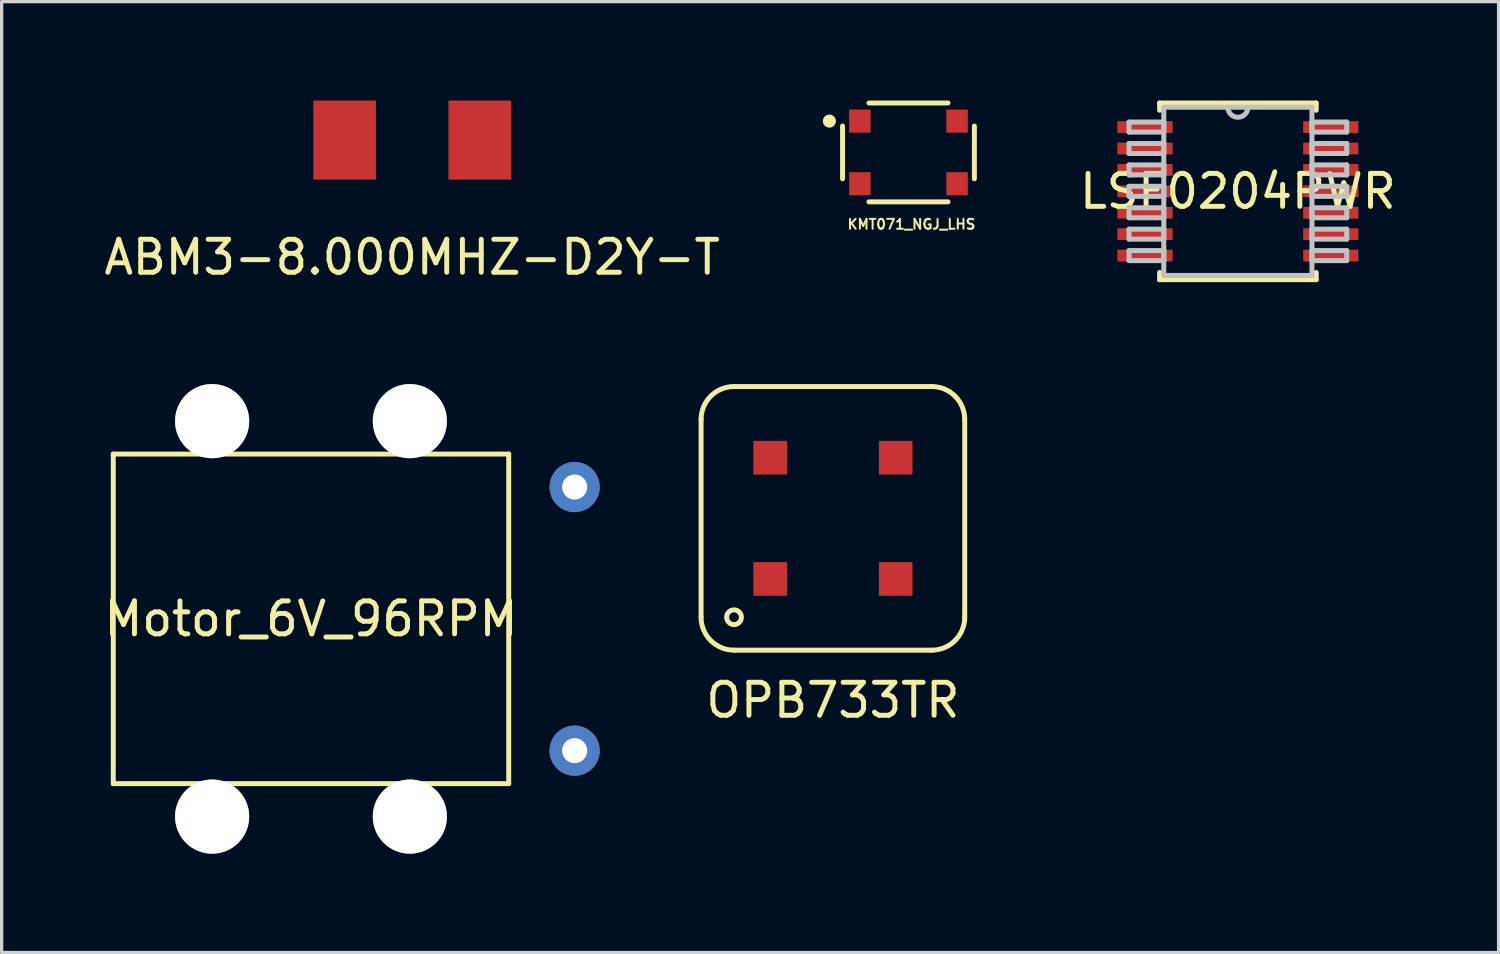
<source format=kicad_pcb>
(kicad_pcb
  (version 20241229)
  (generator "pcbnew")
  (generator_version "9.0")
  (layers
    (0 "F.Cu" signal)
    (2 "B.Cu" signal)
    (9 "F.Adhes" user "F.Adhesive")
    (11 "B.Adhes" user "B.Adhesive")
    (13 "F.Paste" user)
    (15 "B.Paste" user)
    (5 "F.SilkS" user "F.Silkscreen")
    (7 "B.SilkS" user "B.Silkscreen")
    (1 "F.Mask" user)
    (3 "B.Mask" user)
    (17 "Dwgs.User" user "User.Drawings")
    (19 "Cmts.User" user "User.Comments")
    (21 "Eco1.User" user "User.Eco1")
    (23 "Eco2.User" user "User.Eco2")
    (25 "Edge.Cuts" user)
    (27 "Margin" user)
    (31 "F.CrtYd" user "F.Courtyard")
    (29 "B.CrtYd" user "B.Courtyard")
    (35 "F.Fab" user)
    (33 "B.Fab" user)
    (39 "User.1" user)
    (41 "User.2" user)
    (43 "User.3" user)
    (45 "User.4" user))
  (footprint "KMT071_NGJ_LHS"
    (layer "F.Cu")
    (at 24.517 1.575)
    (property "Reference" "KMT071_NGJ_LHS" (at 0.09 2.18 0) (layer "F.SilkS") (effects (font (size 0.3 0.3) (thickness 0.06))))
    (attr through_hole)
    (fp_line (start -2 0.8) (end -2 -0.8) (stroke (width 0.15) (type solid)) (layer "F.SilkS"))
    (fp_line (start -1.2 -1.5) (end 1.2 -1.5) (stroke (width 0.15) (type solid)) (layer "F.SilkS"))
    (fp_line (start 1.2 1.5) (end -1.2 1.5) (stroke (width 0.15) (type solid)) (layer "F.SilkS"))
    (fp_line (start 2 -0.8) (end 2 0.8) (stroke (width 0.15) (type solid)) (layer "F.SilkS"))
    (fp_circle (center -2.4 -0.95) (end -2.4 -0.85) (stroke (width 0.2) (type solid)) (fill no) (layer "F.SilkS"))
    (pad "1" smd rect (at -1.475 -0.95) (size 0.65 0.7) (layers "F.Cu" "F.Mask" "F.Paste"))
    (pad "1" smd rect (at 1.475 -0.95) (size 0.65 0.7) (layers "F.Cu" "F.Mask" "F.Paste"))
    (pad "2" smd rect (at -1.475 0.95) (size 0.65 0.7) (layers "F.Cu" "F.Mask" "F.Paste"))
    (pad "2" smd rect (at 1.475 0.95) (size 0.65 0.7) (layers "F.Cu" "F.Mask" "F.Paste")))
  (footprint "Motor_6V_96RPM"
    (layer "F.Cu")
    (at 6.387 15.729)
    (property "Reference" "Motor_6V_96RPM" (at 0 0 0) (layer "F.SilkS") (effects (font (size 1 1) (thickness 0.15))))
    (attr through_hole)
    (fp_line (start -6 -5) (end 6 -5) (stroke (width 0.15) (type solid)) (layer "F.SilkS"))
    (fp_line (start -6 5) (end -6 -5) (stroke (width 0.15) (type solid)) (layer "F.SilkS"))
    (fp_line (start 6 -5) (end 6 5) (stroke (width 0.15) (type solid)) (layer "F.SilkS"))
    (fp_line (start 6 5) (end -6 5) (stroke (width 0.15) (type solid)) (layer "F.SilkS"))
    (pad "1" thru_hole circle (at 8 -4) (size 1.524 1.524) (drill 0.762) (layers "*.Cu" "*.Mask"))
    (pad "2" thru_hole circle (at 8 4) (size 1.524 1.524) (drill 0.762) (layers "*.Cu" "*.Mask"))
    (pad "~" thru_hole circle (at -3 -6) (size 2.25 2.25) (drill 2.25) (layers "*.Cu" "*.Mask"))
    (pad "~" thru_hole circle (at -3 6) (size 2.25 2.25) (drill 2.25) (layers "*.Cu" "*.Mask"))
    (pad "~" thru_hole circle (at 3 -6) (size 2.25 2.25) (drill 2.25) (layers "*.Cu" "*.Mask"))
    (pad "~" thru_hole circle (at 3 6) (size 2.25 2.25) (drill 2.25) (layers "*.Cu" "*.Mask")))
  (footprint "ABM3-8.000MHZ-D2Y-T"
    (layer "F.Cu")
    (at 9.458 1.2)
    (property "Reference" "ABM3-8.000MHZ-D2Y-T" (at 0 3.556 0) (layer "F.SilkS") (effects (font (size 1 1) (thickness 0.15))))
    (attr through_hole)
    (pad "1" smd rect (at 2.05 0) (size 1.9 2.4) (layers "F.Cu" "F.Mask" "F.Paste"))
    (pad "2" smd rect (at -2.05 0) (size 1.9 2.4) (layers "F.Cu" "F.Mask" "F.Paste")))
  (footprint "LSF0204PWR"
    (layer "F.Cu")
    (at 34.513 2.756)
    (property "Reference" "LSF0204PWR" (at 0 0 0) (layer "F.SilkS") (effects (font (size 1 1) (thickness 0.15))))
    (attr through_hole)
    (fp_line (start -2.375 -2.68) (end -2.375 -2.461) (stroke (width 0.152) (type solid)) (layer "F.SilkS"))
    (fp_line (start -2.375 2.461) (end -2.375 2.68) (stroke (width 0.152) (type solid)) (layer "F.SilkS"))
    (fp_line (start -2.375 2.68) (end 2.375 2.68) (stroke (width 0.152) (type solid)) (layer "F.SilkS"))
    (fp_line (start 2.375 -2.68) (end -2.375 -2.68) (stroke (width 0.152) (type solid)) (layer "F.SilkS"))
    (fp_line (start 2.375 -2.461) (end 2.375 -2.68) (stroke (width 0.152) (type solid)) (layer "F.SilkS"))
    (fp_line (start 2.375 2.68) (end 2.375 2.461) (stroke (width 0.152) (type solid)) (layer "F.SilkS"))
    (fp_line (start -3.302 -2.102) (end -3.302 -1.798) (stroke (width 0.152) (type solid)) (layer "Dwgs.User"))
    (fp_line (start -3.302 -1.798) (end -2.248 -1.798) (stroke (width 0.152) (type solid)) (layer "Dwgs.User"))
    (fp_line (start -3.302 -1.452) (end -3.302 -1.148) (stroke (width 0.152) (type solid)) (layer "Dwgs.User"))
    (fp_line (start -3.302 -1.148) (end -2.248 -1.148) (stroke (width 0.152) (type solid)) (layer "Dwgs.User"))
    (fp_line (start -3.302 -0.802) (end -3.302 -0.498) (stroke (width 0.152) (type solid)) (layer "Dwgs.User"))
    (fp_line (start -3.302 -0.498) (end -2.248 -0.498) (stroke (width 0.152) (type solid)) (layer "Dwgs.User"))
    (fp_line (start -3.302 -0.152) (end -3.302 0.152) (stroke (width 0.152) (type solid)) (layer "Dwgs.User"))
    (fp_line (start -3.302 0.152) (end -2.248 0.152) (stroke (width 0.152) (type solid)) (layer "Dwgs.User"))
    (fp_line (start -3.302 0.498) (end -3.302 0.802) (stroke (width 0.152) (type solid)) (layer "Dwgs.User"))
    (fp_line (start -3.302 0.802) (end -2.248 0.802) (stroke (width 0.152) (type solid)) (layer "Dwgs.User"))
    (fp_line (start -3.302 1.148) (end -3.302 1.452) (stroke (width 0.152) (type solid)) (layer "Dwgs.User"))
    (fp_line (start -3.302 1.452) (end -2.248 1.452) (stroke (width 0.152) (type solid)) (layer "Dwgs.User"))
    (fp_line (start -3.302 1.798) (end -3.302 2.102) (stroke (width 0.152) (type solid)) (layer "Dwgs.User"))
    (fp_line (start -3.302 2.102) (end -2.248 2.102) (stroke (width 0.152) (type solid)) (layer "Dwgs.User"))
    (fp_line (start -2.248 -2.553) (end -2.248 2.553) (stroke (width 0.152) (type solid)) (layer "Dwgs.User"))
    (fp_line (start -2.248 -2.102) (end -3.302 -2.102) (stroke (width 0.152) (type solid)) (layer "Dwgs.User"))
    (fp_line (start -2.248 -1.798) (end -2.248 -2.102) (stroke (width 0.152) (type solid)) (layer "Dwgs.User"))
    (fp_line (start -2.248 -1.452) (end -3.302 -1.452) (stroke (width 0.152) (type solid)) (layer "Dwgs.User"))
    (fp_line (start -2.248 -1.148) (end -2.248 -1.452) (stroke (width 0.152) (type solid)) (layer "Dwgs.User"))
    (fp_line (start -2.248 -0.802) (end -3.302 -0.802) (stroke (width 0.152) (type solid)) (layer "Dwgs.User"))
    (fp_line (start -2.248 -0.498) (end -2.248 -0.802) (stroke (width 0.152) (type solid)) (layer "Dwgs.User"))
    (fp_line (start -2.248 -0.152) (end -3.302 -0.152) (stroke (width 0.152) (type solid)) (layer "Dwgs.User"))
    (fp_line (start -2.248 0.152) (end -2.248 -0.152) (stroke (width 0.152) (type solid)) (layer "Dwgs.User"))
    (fp_line (start -2.248 0.498) (end -3.302 0.498) (stroke (width 0.152) (type solid)) (layer "Dwgs.User"))
    (fp_line (start -2.248 0.802) (end -2.248 0.498) (stroke (width 0.152) (type solid)) (layer "Dwgs.User"))
    (fp_line (start -2.248 1.148) (end -3.302 1.148) (stroke (width 0.152) (type solid)) (layer "Dwgs.User"))
    (fp_line (start -2.248 1.452) (end -2.248 1.148) (stroke (width 0.152) (type solid)) (layer "Dwgs.User"))
    (fp_line (start -2.248 1.798) (end -3.302 1.798) (stroke (width 0.152) (type solid)) (layer "Dwgs.User"))
    (fp_line (start -2.248 2.102) (end -2.248 1.798) (stroke (width 0.152) (type solid)) (layer "Dwgs.User"))
    (fp_line (start -2.248 2.553) (end 2.248 2.553) (stroke (width 0.152) (type solid)) (layer "Dwgs.User"))
    (fp_line (start 2.248 -2.553) (end -2.248 -2.553) (stroke (width 0.152) (type solid)) (layer "Dwgs.User"))
    (fp_line (start 2.248 -2.102) (end 2.248 -1.798) (stroke (width 0.152) (type solid)) (layer "Dwgs.User"))
    (fp_line (start 2.248 -1.798) (end 3.302 -1.798) (stroke (width 0.152) (type solid)) (layer "Dwgs.User"))
    (fp_line (start 2.248 -1.452) (end 2.248 -1.148) (stroke (width 0.152) (type solid)) (layer "Dwgs.User"))
    (fp_line (start 2.248 -1.148) (end 3.302 -1.148) (stroke (width 0.152) (type solid)) (layer "Dwgs.User"))
    (fp_line (start 2.248 -0.802) (end 2.248 -0.498) (stroke (width 0.152) (type solid)) (layer "Dwgs.User"))
    (fp_line (start 2.248 -0.498) (end 3.302 -0.498) (stroke (width 0.152) (type solid)) (layer "Dwgs.User"))
    (fp_line (start 2.248 -0.152) (end 2.248 0.152) (stroke (width 0.152) (type solid)) (layer "Dwgs.User"))
    (fp_line (start 2.248 0.152) (end 3.302 0.152) (stroke (width 0.152) (type solid)) (layer "Dwgs.User"))
    (fp_line (start 2.248 0.498) (end 2.248 0.802) (stroke (width 0.152) (type solid)) (layer "Dwgs.User"))
    (fp_line (start 2.248 0.802) (end 3.302 0.802) (stroke (width 0.152) (type solid)) (layer "Dwgs.User"))
    (fp_line (start 2.248 1.148) (end 2.248 1.452) (stroke (width 0.152) (type solid)) (layer "Dwgs.User"))
    (fp_line (start 2.248 1.452) (end 3.302 1.452) (stroke (width 0.152) (type solid)) (layer "Dwgs.User"))
    (fp_line (start 2.248 1.798) (end 2.248 2.102) (stroke (width 0.152) (type solid)) (layer "Dwgs.User"))
    (fp_line (start 2.248 2.102) (end 3.302 2.102) (stroke (width 0.152) (type solid)) (layer "Dwgs.User"))
    (fp_line (start 2.248 2.553) (end 2.248 -2.553) (stroke (width 0.152) (type solid)) (layer "Dwgs.User"))
    (fp_line (start 3.302 -2.102) (end 2.248 -2.102) (stroke (width 0.152) (type solid)) (layer "Dwgs.User"))
    (fp_line (start 3.302 -1.798) (end 3.302 -2.102) (stroke (width 0.152) (type solid)) (layer "Dwgs.User"))
    (fp_line (start 3.302 -1.452) (end 2.248 -1.452) (stroke (width 0.152) (type solid)) (layer "Dwgs.User"))
    (fp_line (start 3.302 -1.148) (end 3.302 -1.452) (stroke (width 0.152) (type solid)) (layer "Dwgs.User"))
    (fp_line (start 3.302 -0.802) (end 2.248 -0.802) (stroke (width 0.152) (type solid)) (layer "Dwgs.User"))
    (fp_line (start 3.302 -0.498) (end 3.302 -0.802) (stroke (width 0.152) (type solid)) (layer "Dwgs.User"))
    (fp_line (start 3.302 -0.152) (end 2.248 -0.152) (stroke (width 0.152) (type solid)) (layer "Dwgs.User"))
    (fp_line (start 3.302 0.152) (end 3.302 -0.152) (stroke (width 0.152) (type solid)) (layer "Dwgs.User"))
    (fp_line (start 3.302 0.498) (end 2.248 0.498) (stroke (width 0.152) (type solid)) (layer "Dwgs.User"))
    (fp_line (start 3.302 0.802) (end 3.302 0.498) (stroke (width 0.152) (type solid)) (layer "Dwgs.User"))
    (fp_line (start 3.302 1.148) (end 2.248 1.148) (stroke (width 0.152) (type solid)) (layer "Dwgs.User"))
    (fp_line (start 3.302 1.452) (end 3.302 1.148) (stroke (width 0.152) (type solid)) (layer "Dwgs.User"))
    (fp_line (start 3.302 1.798) (end 2.248 1.798) (stroke (width 0.152) (type solid)) (layer "Dwgs.User"))
    (fp_line (start 3.302 2.102) (end 3.302 1.798) (stroke (width 0.152) (type solid)) (layer "Dwgs.User"))
    (fp_arc (start 0.3048 -2.5527) (mid 0 -2.2479) (end -0.3048 -2.5527) (stroke (width 0.1524) (type solid)) (layer "Dwgs.User"))
    (fp_text user "Copyright 2016 Accelerated Designs. All rights reserved." (at 0 0 0) (layer "Cmts.User") (effects (font (size 0.127 0.127) (thickness 0.002))))
    (pad "1" smd rect (at -2.819 -1.95) (size 1.676 0.356) (layers "F.Cu" "F.Mask" "F.Paste"))
    (pad "2" smd rect (at -2.819 -1.3) (size 1.676 0.356) (layers "F.Cu" "F.Mask" "F.Paste"))
    (pad "3" smd rect (at -2.819 -0.65) (size 1.676 0.356) (layers "F.Cu" "F.Mask" "F.Paste"))
    (pad "4" smd rect (at -2.819 0) (size 1.676 0.356) (layers "F.Cu" "F.Mask" "F.Paste"))
    (pad "5" smd rect (at -2.819 0.65) (size 1.676 0.356) (layers "F.Cu" "F.Mask" "F.Paste"))
    (pad "6" smd rect (at -2.819 1.3) (size 1.676 0.356) (layers "F.Cu" "F.Mask" "F.Paste"))
    (pad "7" smd rect (at -2.819 1.95) (size 1.676 0.356) (layers "F.Cu" "F.Mask" "F.Paste"))
    (pad "8" smd rect (at 2.819 1.95) (size 1.676 0.356) (layers "F.Cu" "F.Mask" "F.Paste"))
    (pad "9" smd rect (at 2.819 1.3) (size 1.676 0.356) (layers "F.Cu" "F.Mask" "F.Paste"))
    (pad "10" smd rect (at 2.819 0.65) (size 1.676 0.356) (layers "F.Cu" "F.Mask" "F.Paste"))
    (pad "11" smd rect (at 2.819 0) (size 1.676 0.356) (layers "F.Cu" "F.Mask" "F.Paste"))
    (pad "12" smd rect (at 2.819 -0.65) (size 1.676 0.356) (layers "F.Cu" "F.Mask" "F.Paste"))
    (pad "13" smd rect (at 2.819 -1.3) (size 1.676 0.356) (layers "F.Cu" "F.Mask" "F.Paste"))
    (pad "14" smd rect (at 2.819 -1.95) (size 1.676 0.356) (layers "F.Cu" "F.Mask" "F.Paste")))
  (footprint "OPB733TR"
    (layer "F.Cu")
    (at 22.224 12.679)
    (property "Reference" "OPB733TR" (at 0 5.52 0) (layer "F.SilkS") (effects (font (size 1 1) (thickness 0.15))))
    (attr through_hole)
    (fp_line (start -4 -3) (end -4 3) (stroke (width 0.15) (type solid)) (layer "F.SilkS"))
    (fp_line (start -3 -4) (end 3 -4) (stroke (width 0.15) (type solid)) (layer "F.SilkS"))
    (fp_line (start -3 4) (end 3 4) (stroke (width 0.15) (type solid)) (layer "F.SilkS"))
    (fp_line (start 4 -3) (end 4 3) (stroke (width 0.15) (type solid)) (layer "F.SilkS"))
    (fp_arc (start -4 -3) (mid -3.707107 -3.707107) (end -3 -4) (stroke (width 0.15) (type solid)) (layer "F.SilkS"))
    (fp_arc (start -3 4) (mid -3.707107 3.707107) (end -4 3) (stroke (width 0.15) (type solid)) (layer "F.SilkS"))
    (fp_arc (start 3 -4) (mid 3.707107 -3.707107) (end 4 -3) (stroke (width 0.15) (type solid)) (layer "F.SilkS"))
    (fp_arc (start 4 3) (mid 3.707107 3.707107) (end 3 4) (stroke (width 0.15) (type solid)) (layer "F.SilkS"))
    (fp_circle (center -3 3) (end -2.8 3.1) (stroke (width 0.15) (type solid)) (fill no) (layer "F.SilkS"))
    (pad "1" smd rect (at -1.905 1.84) (size 1.02 1.02) (layers "F.Cu" "F.Mask" "F.Paste"))
    (pad "2" smd rect (at 1.905 1.84) (size 1.02 1.02) (layers "F.Cu" "F.Mask" "F.Paste"))
    (pad "3" smd rect (at 1.905 -1.84) (size 1.02 1.02) (layers "F.Cu" "F.Mask" "F.Paste"))
    (pad "4" smd rect (at -1.905 -1.84) (size 1.02 1.02) (layers "F.Cu" "F.Mask" "F.Paste")))
  (gr_rect
    (start -3 -3)
    (end 42.424 25.854)
    (stroke (width 0.1) (type default))
    (fill no)
    (layer "Edge.Cuts")))
</source>
